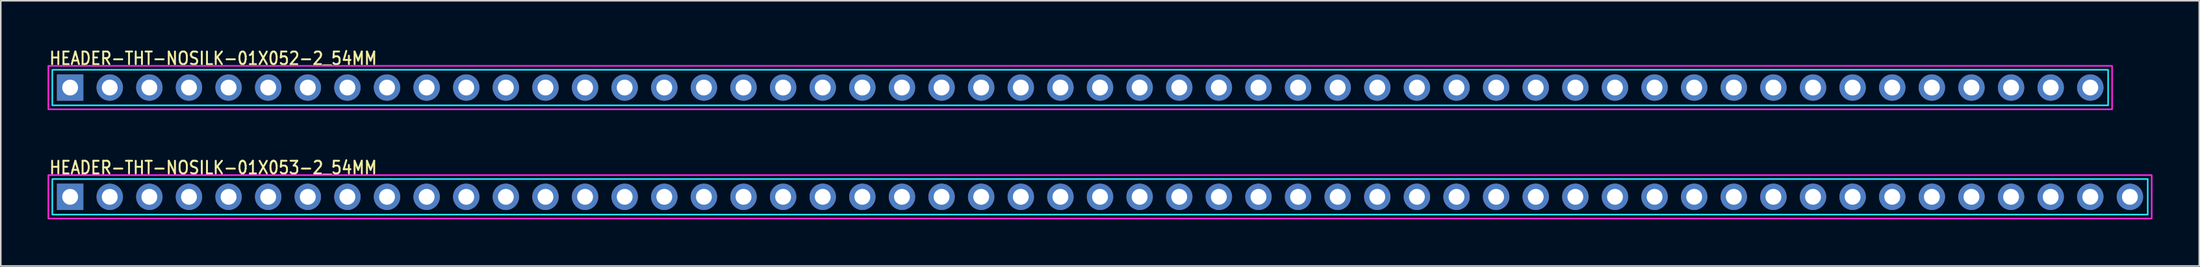
<source format=kicad_pcb>
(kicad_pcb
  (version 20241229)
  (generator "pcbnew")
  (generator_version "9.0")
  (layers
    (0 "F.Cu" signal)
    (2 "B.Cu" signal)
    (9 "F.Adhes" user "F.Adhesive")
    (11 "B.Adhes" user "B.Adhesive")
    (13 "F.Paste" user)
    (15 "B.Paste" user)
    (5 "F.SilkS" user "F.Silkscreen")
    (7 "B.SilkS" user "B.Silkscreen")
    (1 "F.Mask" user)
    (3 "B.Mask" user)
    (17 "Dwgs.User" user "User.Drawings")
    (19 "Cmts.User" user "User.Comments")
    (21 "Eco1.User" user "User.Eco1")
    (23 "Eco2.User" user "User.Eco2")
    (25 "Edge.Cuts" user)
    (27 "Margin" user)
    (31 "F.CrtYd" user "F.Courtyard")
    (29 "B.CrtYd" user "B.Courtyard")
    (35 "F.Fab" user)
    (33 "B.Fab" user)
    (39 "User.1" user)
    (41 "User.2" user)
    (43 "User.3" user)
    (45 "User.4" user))
  (footprint "HEADER-THT-NOSILK-01X052-2_54MM"
    (layer "F.Cu")
    (at 1.447 2.579)
    (property "Reference" "HEADER-THT-NOSILK-01X052-2_54MM" (at -1.4 -1.4 0) (unlocked yes) (layer "F.SilkS") (effects (font (size 0.813 0.695) (thickness 0.122)) (justify left bottom)))
    (fp_poly (pts (xy -1.143 -1.143) (xy 130.683 -1.143) (xy 130.683 1.143) (xy -1.143 1.143)) (stroke (width 0.1) (type solid)) (fill no) (layer "B.CrtYd"))
    (fp_poly (pts (xy -1.397 -1.397) (xy 130.937 -1.397) (xy 130.937 1.397) (xy -1.397 1.397)) (stroke (width 0.1) (type solid)) (fill no) (layer "F.CrtYd"))
    (pad "P$1" thru_hole rect (at 0 0) (size 1.693 1.693) (drill 1.016) (layers "*.Cu" "*.Mask"))
    (pad "P$2" thru_hole oval (at 2.54 0) (size 1.693 1.693) (drill 1.016) (layers "*.Cu" "*.Mask"))
    (pad "P$3" thru_hole oval (at 5.08 0) (size 1.693 1.693) (drill 1.016) (layers "*.Cu" "*.Mask"))
    (pad "P$4" thru_hole oval (at 7.62 0) (size 1.693 1.693) (drill 1.016) (layers "*.Cu" "*.Mask"))
    (pad "P$5" thru_hole oval (at 10.16 0) (size 1.693 1.693) (drill 1.016) (layers "*.Cu" "*.Mask"))
    (pad "P$6" thru_hole oval (at 12.7 0) (size 1.693 1.693) (drill 1.016) (layers "*.Cu" "*.Mask"))
    (pad "P$7" thru_hole oval (at 15.24 0) (size 1.693 1.693) (drill 1.016) (layers "*.Cu" "*.Mask"))
    (pad "P$8" thru_hole oval (at 17.78 0) (size 1.693 1.693) (drill 1.016) (layers "*.Cu" "*.Mask"))
    (pad "P$9" thru_hole oval (at 20.32 0) (size 1.693 1.693) (drill 1.016) (layers "*.Cu" "*.Mask"))
    (pad "P$10" thru_hole oval (at 22.86 0) (size 1.693 1.693) (drill 1.016) (layers "*.Cu" "*.Mask"))
    (pad "P$11" thru_hole oval (at 25.4 0) (size 1.693 1.693) (drill 1.016) (layers "*.Cu" "*.Mask"))
    (pad "P$12" thru_hole oval (at 27.94 0) (size 1.693 1.693) (drill 1.016) (layers "*.Cu" "*.Mask"))
    (pad "P$13" thru_hole oval (at 30.48 0) (size 1.693 1.693) (drill 1.016) (layers "*.Cu" "*.Mask"))
    (pad "P$14" thru_hole oval (at 33.02 0) (size 1.693 1.693) (drill 1.016) (layers "*.Cu" "*.Mask"))
    (pad "P$15" thru_hole oval (at 35.56 0) (size 1.693 1.693) (drill 1.016) (layers "*.Cu" "*.Mask"))
    (pad "P$16" thru_hole oval (at 38.1 0) (size 1.693 1.693) (drill 1.016) (layers "*.Cu" "*.Mask"))
    (pad "P$17" thru_hole oval (at 40.64 0) (size 1.693 1.693) (drill 1.016) (layers "*.Cu" "*.Mask"))
    (pad "P$18" thru_hole oval (at 43.18 0) (size 1.693 1.693) (drill 1.016) (layers "*.Cu" "*.Mask"))
    (pad "P$19" thru_hole oval (at 45.72 0) (size 1.693 1.693) (drill 1.016) (layers "*.Cu" "*.Mask"))
    (pad "P$20" thru_hole oval (at 48.26 0) (size 1.693 1.693) (drill 1.016) (layers "*.Cu" "*.Mask"))
    (pad "P$21" thru_hole oval (at 50.8 0) (size 1.693 1.693) (drill 1.016) (layers "*.Cu" "*.Mask"))
    (pad "P$22" thru_hole oval (at 53.34 0) (size 1.693 1.693) (drill 1.016) (layers "*.Cu" "*.Mask"))
    (pad "P$23" thru_hole oval (at 55.88 0) (size 1.693 1.693) (drill 1.016) (layers "*.Cu" "*.Mask"))
    (pad "P$24" thru_hole oval (at 58.42 0) (size 1.693 1.693) (drill 1.016) (layers "*.Cu" "*.Mask"))
    (pad "P$25" thru_hole oval (at 60.96 0) (size 1.693 1.693) (drill 1.016) (layers "*.Cu" "*.Mask"))
    (pad "P$26" thru_hole oval (at 63.5 0) (size 1.693 1.693) (drill 1.016) (layers "*.Cu" "*.Mask"))
    (pad "P$27" thru_hole oval (at 66.04 0) (size 1.693 1.693) (drill 1.016) (layers "*.Cu" "*.Mask"))
    (pad "P$28" thru_hole oval (at 68.58 0) (size 1.693 1.693) (drill 1.016) (layers "*.Cu" "*.Mask"))
    (pad "P$29" thru_hole oval (at 71.12 0) (size 1.693 1.693) (drill 1.016) (layers "*.Cu" "*.Mask"))
    (pad "P$30" thru_hole oval (at 73.66 0) (size 1.693 1.693) (drill 1.016) (layers "*.Cu" "*.Mask"))
    (pad "P$31" thru_hole oval (at 76.2 0) (size 1.693 1.693) (drill 1.016) (layers "*.Cu" "*.Mask"))
    (pad "P$32" thru_hole oval (at 78.74 0) (size 1.693 1.693) (drill 1.016) (layers "*.Cu" "*.Mask"))
    (pad "P$33" thru_hole oval (at 81.28 0) (size 1.693 1.693) (drill 1.016) (layers "*.Cu" "*.Mask"))
    (pad "P$34" thru_hole oval (at 83.82 0) (size 1.693 1.693) (drill 1.016) (layers "*.Cu" "*.Mask"))
    (pad "P$35" thru_hole oval (at 86.36 0) (size 1.693 1.693) (drill 1.016) (layers "*.Cu" "*.Mask"))
    (pad "P$36" thru_hole oval (at 88.9 0) (size 1.693 1.693) (drill 1.016) (layers "*.Cu" "*.Mask"))
    (pad "P$37" thru_hole oval (at 91.44 0) (size 1.693 1.693) (drill 1.016) (layers "*.Cu" "*.Mask"))
    (pad "P$38" thru_hole oval (at 93.98 0) (size 1.693 1.693) (drill 1.016) (layers "*.Cu" "*.Mask"))
    (pad "P$39" thru_hole oval (at 96.52 0) (size 1.693 1.693) (drill 1.016) (layers "*.Cu" "*.Mask"))
    (pad "P$40" thru_hole oval (at 99.06 0) (size 1.693 1.693) (drill 1.016) (layers "*.Cu" "*.Mask"))
    (pad "P$41" thru_hole oval (at 101.6 0) (size 1.693 1.693) (drill 1.016) (layers "*.Cu" "*.Mask"))
    (pad "P$42" thru_hole oval (at 104.14 0) (size 1.693 1.693) (drill 1.016) (layers "*.Cu" "*.Mask"))
    (pad "P$43" thru_hole oval (at 106.68 0) (size 1.693 1.693) (drill 1.016) (layers "*.Cu" "*.Mask"))
    (pad "P$44" thru_hole oval (at 109.22 0) (size 1.693 1.693) (drill 1.016) (layers "*.Cu" "*.Mask"))
    (pad "P$45" thru_hole oval (at 111.76 0) (size 1.693 1.693) (drill 1.016) (layers "*.Cu" "*.Mask"))
    (pad "P$46" thru_hole oval (at 114.3 0) (size 1.693 1.693) (drill 1.016) (layers "*.Cu" "*.Mask"))
    (pad "P$47" thru_hole oval (at 116.84 0) (size 1.693 1.693) (drill 1.016) (layers "*.Cu" "*.Mask"))
    (pad "P$48" thru_hole oval (at 119.38 0) (size 1.693 1.693) (drill 1.016) (layers "*.Cu" "*.Mask"))
    (pad "P$49" thru_hole oval (at 121.92 0) (size 1.693 1.693) (drill 1.016) (layers "*.Cu" "*.Mask"))
    (pad "P$50" thru_hole oval (at 124.46 0) (size 1.693 1.693) (drill 1.016) (layers "*.Cu" "*.Mask"))
    (pad "P$51" thru_hole oval (at 127 0) (size 1.693 1.693) (drill 1.016) (layers "*.Cu" "*.Mask"))
    (pad "P$52" thru_hole oval (at 129.54 0) (size 1.693 1.693) (drill 1.016) (layers "*.Cu" "*.Mask")))
  (footprint "HEADER-THT-NOSILK-01X053-2_54MM"
    (layer "F.Cu")
    (at 1.447 9.604)
    (property "Reference" "HEADER-THT-NOSILK-01X053-2_54MM" (at -1.4 -1.4 0) (unlocked yes) (layer "F.SilkS") (effects (font (size 0.813 0.695) (thickness 0.122)) (justify left bottom)))
    (fp_poly (pts (xy -1.143 -1.143) (xy 133.223 -1.143) (xy 133.223 1.143) (xy -1.143 1.143)) (stroke (width 0.1) (type solid)) (fill no) (layer "B.CrtYd"))
    (fp_poly (pts (xy -1.397 -1.397) (xy 133.477 -1.397) (xy 133.477 1.397) (xy -1.397 1.397)) (stroke (width 0.1) (type solid)) (fill no) (layer "F.CrtYd"))
    (pad "P$1" thru_hole rect (at 0 0) (size 1.693 1.693) (drill 1.016) (layers "*.Cu" "*.Mask"))
    (pad "P$2" thru_hole oval (at 2.54 0) (size 1.693 1.693) (drill 1.016) (layers "*.Cu" "*.Mask"))
    (pad "P$3" thru_hole oval (at 5.08 0) (size 1.693 1.693) (drill 1.016) (layers "*.Cu" "*.Mask"))
    (pad "P$4" thru_hole oval (at 7.62 0) (size 1.693 1.693) (drill 1.016) (layers "*.Cu" "*.Mask"))
    (pad "P$5" thru_hole oval (at 10.16 0) (size 1.693 1.693) (drill 1.016) (layers "*.Cu" "*.Mask"))
    (pad "P$6" thru_hole oval (at 12.7 0) (size 1.693 1.693) (drill 1.016) (layers "*.Cu" "*.Mask"))
    (pad "P$7" thru_hole oval (at 15.24 0) (size 1.693 1.693) (drill 1.016) (layers "*.Cu" "*.Mask"))
    (pad "P$8" thru_hole oval (at 17.78 0) (size 1.693 1.693) (drill 1.016) (layers "*.Cu" "*.Mask"))
    (pad "P$9" thru_hole oval (at 20.32 0) (size 1.693 1.693) (drill 1.016) (layers "*.Cu" "*.Mask"))
    (pad "P$10" thru_hole oval (at 22.86 0) (size 1.693 1.693) (drill 1.016) (layers "*.Cu" "*.Mask"))
    (pad "P$11" thru_hole oval (at 25.4 0) (size 1.693 1.693) (drill 1.016) (layers "*.Cu" "*.Mask"))
    (pad "P$12" thru_hole oval (at 27.94 0) (size 1.693 1.693) (drill 1.016) (layers "*.Cu" "*.Mask"))
    (pad "P$13" thru_hole oval (at 30.48 0) (size 1.693 1.693) (drill 1.016) (layers "*.Cu" "*.Mask"))
    (pad "P$14" thru_hole oval (at 33.02 0) (size 1.693 1.693) (drill 1.016) (layers "*.Cu" "*.Mask"))
    (pad "P$15" thru_hole oval (at 35.56 0) (size 1.693 1.693) (drill 1.016) (layers "*.Cu" "*.Mask"))
    (pad "P$16" thru_hole oval (at 38.1 0) (size 1.693 1.693) (drill 1.016) (layers "*.Cu" "*.Mask"))
    (pad "P$17" thru_hole oval (at 40.64 0) (size 1.693 1.693) (drill 1.016) (layers "*.Cu" "*.Mask"))
    (pad "P$18" thru_hole oval (at 43.18 0) (size 1.693 1.693) (drill 1.016) (layers "*.Cu" "*.Mask"))
    (pad "P$19" thru_hole oval (at 45.72 0) (size 1.693 1.693) (drill 1.016) (layers "*.Cu" "*.Mask"))
    (pad "P$20" thru_hole oval (at 48.26 0) (size 1.693 1.693) (drill 1.016) (layers "*.Cu" "*.Mask"))
    (pad "P$21" thru_hole oval (at 50.8 0) (size 1.693 1.693) (drill 1.016) (layers "*.Cu" "*.Mask"))
    (pad "P$22" thru_hole oval (at 53.34 0) (size 1.693 1.693) (drill 1.016) (layers "*.Cu" "*.Mask"))
    (pad "P$23" thru_hole oval (at 55.88 0) (size 1.693 1.693) (drill 1.016) (layers "*.Cu" "*.Mask"))
    (pad "P$24" thru_hole oval (at 58.42 0) (size 1.693 1.693) (drill 1.016) (layers "*.Cu" "*.Mask"))
    (pad "P$25" thru_hole oval (at 60.96 0) (size 1.693 1.693) (drill 1.016) (layers "*.Cu" "*.Mask"))
    (pad "P$26" thru_hole oval (at 63.5 0) (size 1.693 1.693) (drill 1.016) (layers "*.Cu" "*.Mask"))
    (pad "P$27" thru_hole oval (at 66.04 0) (size 1.693 1.693) (drill 1.016) (layers "*.Cu" "*.Mask"))
    (pad "P$28" thru_hole oval (at 68.58 0) (size 1.693 1.693) (drill 1.016) (layers "*.Cu" "*.Mask"))
    (pad "P$29" thru_hole oval (at 71.12 0) (size 1.693 1.693) (drill 1.016) (layers "*.Cu" "*.Mask"))
    (pad "P$30" thru_hole oval (at 73.66 0) (size 1.693 1.693) (drill 1.016) (layers "*.Cu" "*.Mask"))
    (pad "P$31" thru_hole oval (at 76.2 0) (size 1.693 1.693) (drill 1.016) (layers "*.Cu" "*.Mask"))
    (pad "P$32" thru_hole oval (at 78.74 0) (size 1.693 1.693) (drill 1.016) (layers "*.Cu" "*.Mask"))
    (pad "P$33" thru_hole oval (at 81.28 0) (size 1.693 1.693) (drill 1.016) (layers "*.Cu" "*.Mask"))
    (pad "P$34" thru_hole oval (at 83.82 0) (size 1.693 1.693) (drill 1.016) (layers "*.Cu" "*.Mask"))
    (pad "P$35" thru_hole oval (at 86.36 0) (size 1.693 1.693) (drill 1.016) (layers "*.Cu" "*.Mask"))
    (pad "P$36" thru_hole oval (at 88.9 0) (size 1.693 1.693) (drill 1.016) (layers "*.Cu" "*.Mask"))
    (pad "P$37" thru_hole oval (at 91.44 0) (size 1.693 1.693) (drill 1.016) (layers "*.Cu" "*.Mask"))
    (pad "P$38" thru_hole oval (at 93.98 0) (size 1.693 1.693) (drill 1.016) (layers "*.Cu" "*.Mask"))
    (pad "P$39" thru_hole oval (at 96.52 0) (size 1.693 1.693) (drill 1.016) (layers "*.Cu" "*.Mask"))
    (pad "P$40" thru_hole oval (at 99.06 0) (size 1.693 1.693) (drill 1.016) (layers "*.Cu" "*.Mask"))
    (pad "P$41" thru_hole oval (at 101.6 0) (size 1.693 1.693) (drill 1.016) (layers "*.Cu" "*.Mask"))
    (pad "P$42" thru_hole oval (at 104.14 0) (size 1.693 1.693) (drill 1.016) (layers "*.Cu" "*.Mask"))
    (pad "P$43" thru_hole oval (at 106.68 0) (size 1.693 1.693) (drill 1.016) (layers "*.Cu" "*.Mask"))
    (pad "P$44" thru_hole oval (at 109.22 0) (size 1.693 1.693) (drill 1.016) (layers "*.Cu" "*.Mask"))
    (pad "P$45" thru_hole oval (at 111.76 0) (size 1.693 1.693) (drill 1.016) (layers "*.Cu" "*.Mask"))
    (pad "P$46" thru_hole oval (at 114.3 0) (size 1.693 1.693) (drill 1.016) (layers "*.Cu" "*.Mask"))
    (pad "P$47" thru_hole oval (at 116.84 0) (size 1.693 1.693) (drill 1.016) (layers "*.Cu" "*.Mask"))
    (pad "P$48" thru_hole oval (at 119.38 0) (size 1.693 1.693) (drill 1.016) (layers "*.Cu" "*.Mask"))
    (pad "P$49" thru_hole oval (at 121.92 0) (size 1.693 1.693) (drill 1.016) (layers "*.Cu" "*.Mask"))
    (pad "P$50" thru_hole oval (at 124.46 0) (size 1.693 1.693) (drill 1.016) (layers "*.Cu" "*.Mask"))
    (pad "P$51" thru_hole oval (at 127 0) (size 1.693 1.693) (drill 1.016) (layers "*.Cu" "*.Mask"))
    (pad "P$52" thru_hole oval (at 129.54 0) (size 1.693 1.693) (drill 1.016) (layers "*.Cu" "*.Mask"))
    (pad "P$53" thru_hole oval (at 132.08 0) (size 1.693 1.693) (drill 1.016) (layers "*.Cu" "*.Mask")))
  (gr_rect
    (start -3 -3)
    (end 137.974 14.051)
    (stroke (width 0.1) (type default))
    (fill no)
    (layer "Edge.Cuts")))
</source>
